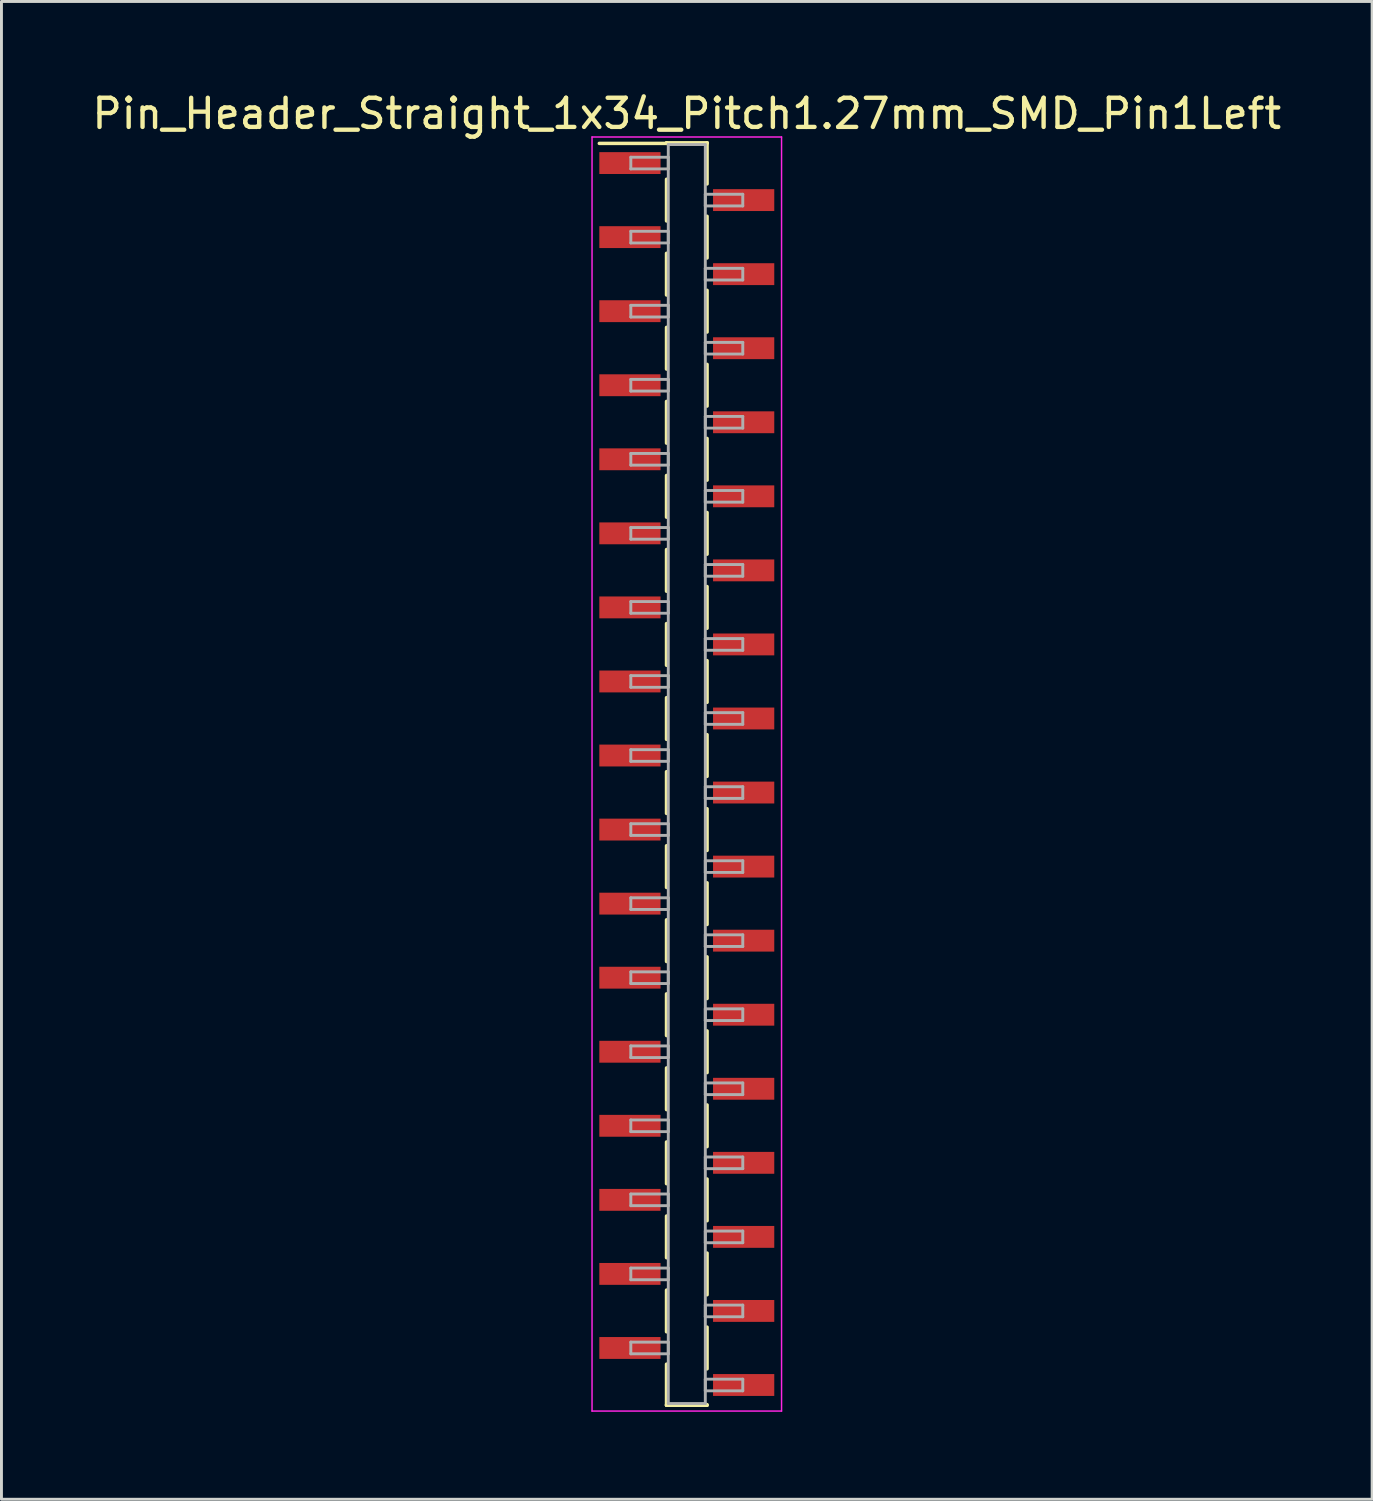
<source format=kicad_pcb>
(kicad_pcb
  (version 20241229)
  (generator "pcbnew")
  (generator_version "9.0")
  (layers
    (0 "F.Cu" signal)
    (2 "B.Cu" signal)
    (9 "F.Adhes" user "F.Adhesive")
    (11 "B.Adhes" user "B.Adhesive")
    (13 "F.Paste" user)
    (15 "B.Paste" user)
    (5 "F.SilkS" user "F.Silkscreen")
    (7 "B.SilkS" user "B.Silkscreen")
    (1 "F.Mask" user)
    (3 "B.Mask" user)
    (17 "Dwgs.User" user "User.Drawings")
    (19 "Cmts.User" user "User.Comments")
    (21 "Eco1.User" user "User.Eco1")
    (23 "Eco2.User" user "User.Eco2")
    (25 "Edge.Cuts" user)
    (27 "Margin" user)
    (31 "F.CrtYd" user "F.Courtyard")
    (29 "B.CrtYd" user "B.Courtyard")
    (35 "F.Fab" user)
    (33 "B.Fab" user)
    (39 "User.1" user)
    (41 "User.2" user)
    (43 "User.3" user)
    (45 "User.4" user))
  (footprint "Pin_Header_Straight_1x34_Pitch1.27mm_SMD_Pin1Left"
    (layer "F.Cu")
    (at 20.506 23.498)
    (property "Reference" "Pin_Header_Straight_1x34_Pitch1.27mm_SMD_Pin1Left" (at 0 -22.65 0) (layer "F.SilkS") (effects (font (size 1 1) (thickness 0.15))))
    (attr smd)
    (fp_line (start -0.695 -21.65) (end 0.695 -21.65) (stroke (width 0.12) (type solid)) (layer "F.SilkS"))
    (fp_line (start -0.695 -21.63) (end -3 -21.63) (stroke (width 0.12) (type solid)) (layer "F.SilkS"))
    (fp_line (start -0.695 -21.63) (end -0.695 -21.65) (stroke (width 0.12) (type solid)) (layer "F.SilkS"))
    (fp_line (start -0.695 -20.4) (end -0.695 -18.97) (stroke (width 0.12) (type solid)) (layer "F.SilkS"))
    (fp_line (start -0.695 -17.86) (end -0.695 -16.43) (stroke (width 0.12) (type solid)) (layer "F.SilkS"))
    (fp_line (start -0.695 -15.32) (end -0.695 -13.89) (stroke (width 0.12) (type solid)) (layer "F.SilkS"))
    (fp_line (start -0.695 -12.78) (end -0.695 -11.35) (stroke (width 0.12) (type solid)) (layer "F.SilkS"))
    (fp_line (start -0.695 -10.24) (end -0.695 -8.81) (stroke (width 0.12) (type solid)) (layer "F.SilkS"))
    (fp_line (start -0.695 -7.7) (end -0.695 -6.27) (stroke (width 0.12) (type solid)) (layer "F.SilkS"))
    (fp_line (start -0.695 -5.16) (end -0.695 -3.73) (stroke (width 0.12) (type solid)) (layer "F.SilkS"))
    (fp_line (start -0.695 -2.62) (end -0.695 -1.19) (stroke (width 0.12) (type solid)) (layer "F.SilkS"))
    (fp_line (start -0.695 -0.08) (end -0.695 1.35) (stroke (width 0.12) (type solid)) (layer "F.SilkS"))
    (fp_line (start -0.695 2.46) (end -0.695 3.89) (stroke (width 0.12) (type solid)) (layer "F.SilkS"))
    (fp_line (start -0.695 5) (end -0.695 6.43) (stroke (width 0.12) (type solid)) (layer "F.SilkS"))
    (fp_line (start -0.695 7.54) (end -0.695 8.97) (stroke (width 0.12) (type solid)) (layer "F.SilkS"))
    (fp_line (start -0.695 10.08) (end -0.695 11.51) (stroke (width 0.12) (type solid)) (layer "F.SilkS"))
    (fp_line (start -0.695 12.62) (end -0.695 14.05) (stroke (width 0.12) (type solid)) (layer "F.SilkS"))
    (fp_line (start -0.695 15.16) (end -0.695 16.59) (stroke (width 0.12) (type solid)) (layer "F.SilkS"))
    (fp_line (start -0.695 17.7) (end -0.695 19.13) (stroke (width 0.12) (type solid)) (layer "F.SilkS"))
    (fp_line (start -0.695 20.24) (end -0.695 21.65) (stroke (width 0.12) (type solid)) (layer "F.SilkS"))
    (fp_line (start -0.695 21.63) (end -0.695 21.65) (stroke (width 0.12) (type solid)) (layer "F.SilkS"))
    (fp_line (start -0.695 21.65) (end 0.695 21.65) (stroke (width 0.12) (type solid)) (layer "F.SilkS"))
    (fp_line (start 0.695 -21.65) (end 0.695 -21.63) (stroke (width 0.12) (type solid)) (layer "F.SilkS"))
    (fp_line (start 0.695 -21.65) (end 0.695 -20.24) (stroke (width 0.12) (type solid)) (layer "F.SilkS"))
    (fp_line (start 0.695 -19.13) (end 0.695 -17.7) (stroke (width 0.12) (type solid)) (layer "F.SilkS"))
    (fp_line (start 0.695 -16.59) (end 0.695 -15.16) (stroke (width 0.12) (type solid)) (layer "F.SilkS"))
    (fp_line (start 0.695 -14.05) (end 0.695 -12.62) (stroke (width 0.12) (type solid)) (layer "F.SilkS"))
    (fp_line (start 0.695 -11.51) (end 0.695 -10.08) (stroke (width 0.12) (type solid)) (layer "F.SilkS"))
    (fp_line (start 0.695 -8.97) (end 0.695 -7.54) (stroke (width 0.12) (type solid)) (layer "F.SilkS"))
    (fp_line (start 0.695 -6.43) (end 0.695 -5) (stroke (width 0.12) (type solid)) (layer "F.SilkS"))
    (fp_line (start 0.695 -3.89) (end 0.695 -2.46) (stroke (width 0.12) (type solid)) (layer "F.SilkS"))
    (fp_line (start 0.695 -1.35) (end 0.695 0.08) (stroke (width 0.12) (type solid)) (layer "F.SilkS"))
    (fp_line (start 0.695 1.19) (end 0.695 2.62) (stroke (width 0.12) (type solid)) (layer "F.SilkS"))
    (fp_line (start 0.695 3.73) (end 0.695 5.16) (stroke (width 0.12) (type solid)) (layer "F.SilkS"))
    (fp_line (start 0.695 6.27) (end 0.695 7.7) (stroke (width 0.12) (type solid)) (layer "F.SilkS"))
    (fp_line (start 0.695 8.81) (end 0.695 10.24) (stroke (width 0.12) (type solid)) (layer "F.SilkS"))
    (fp_line (start 0.695 11.35) (end 0.695 12.78) (stroke (width 0.12) (type solid)) (layer "F.SilkS"))
    (fp_line (start 0.695 13.89) (end 0.695 15.32) (stroke (width 0.12) (type solid)) (layer "F.SilkS"))
    (fp_line (start 0.695 16.43) (end 0.695 17.86) (stroke (width 0.12) (type solid)) (layer "F.SilkS"))
    (fp_line (start 0.695 18.97) (end 0.695 20.4) (stroke (width 0.12) (type solid)) (layer "F.SilkS"))
    (fp_line (start 0.695 21.65) (end 0.695 21.63) (stroke (width 0.12) (type solid)) (layer "F.SilkS"))
    (fp_line (start -3.25 -21.85) (end -3.25 21.85) (stroke (width 0.05) (type solid)) (layer "F.CrtYd"))
    (fp_line (start -3.25 21.85) (end 3.25 21.85) (stroke (width 0.05) (type solid)) (layer "F.CrtYd"))
    (fp_line (start 3.25 -21.85) (end -3.25 -21.85) (stroke (width 0.05) (type solid)) (layer "F.CrtYd"))
    (fp_line (start 3.25 21.85) (end 3.25 -21.85) (stroke (width 0.05) (type solid)) (layer "F.CrtYd"))
    (fp_line (start -1.92 -21.155) (end -0.635 -21.155) (stroke (width 0.1) (type solid)) (layer "F.Fab"))
    (fp_line (start -1.92 -20.755) (end -1.92 -21.155) (stroke (width 0.1) (type solid)) (layer "F.Fab"))
    (fp_line (start -1.92 -18.615) (end -0.635 -18.615) (stroke (width 0.1) (type solid)) (layer "F.Fab"))
    (fp_line (start -1.92 -18.215) (end -1.92 -18.615) (stroke (width 0.1) (type solid)) (layer "F.Fab"))
    (fp_line (start -1.92 -16.075) (end -0.635 -16.075) (stroke (width 0.1) (type solid)) (layer "F.Fab"))
    (fp_line (start -1.92 -15.675) (end -1.92 -16.075) (stroke (width 0.1) (type solid)) (layer "F.Fab"))
    (fp_line (start -1.92 -13.535) (end -0.635 -13.535) (stroke (width 0.1) (type solid)) (layer "F.Fab"))
    (fp_line (start -1.92 -13.135) (end -1.92 -13.535) (stroke (width 0.1) (type solid)) (layer "F.Fab"))
    (fp_line (start -1.92 -10.995) (end -0.635 -10.995) (stroke (width 0.1) (type solid)) (layer "F.Fab"))
    (fp_line (start -1.92 -10.595) (end -1.92 -10.995) (stroke (width 0.1) (type solid)) (layer "F.Fab"))
    (fp_line (start -1.92 -8.455) (end -0.635 -8.455) (stroke (width 0.1) (type solid)) (layer "F.Fab"))
    (fp_line (start -1.92 -8.055) (end -1.92 -8.455) (stroke (width 0.1) (type solid)) (layer "F.Fab"))
    (fp_line (start -1.92 -5.915) (end -0.635 -5.915) (stroke (width 0.1) (type solid)) (layer "F.Fab"))
    (fp_line (start -1.92 -5.515) (end -1.92 -5.915) (stroke (width 0.1) (type solid)) (layer "F.Fab"))
    (fp_line (start -1.92 -3.375) (end -0.635 -3.375) (stroke (width 0.1) (type solid)) (layer "F.Fab"))
    (fp_line (start -1.92 -2.975) (end -1.92 -3.375) (stroke (width 0.1) (type solid)) (layer "F.Fab"))
    (fp_line (start -1.92 -0.835) (end -0.635 -0.835) (stroke (width 0.1) (type solid)) (layer "F.Fab"))
    (fp_line (start -1.92 -0.435) (end -1.92 -0.835) (stroke (width 0.1) (type solid)) (layer "F.Fab"))
    (fp_line (start -1.92 1.705) (end -0.635 1.705) (stroke (width 0.1) (type solid)) (layer "F.Fab"))
    (fp_line (start -1.92 2.105) (end -1.92 1.705) (stroke (width 0.1) (type solid)) (layer "F.Fab"))
    (fp_line (start -1.92 4.245) (end -0.635 4.245) (stroke (width 0.1) (type solid)) (layer "F.Fab"))
    (fp_line (start -1.92 4.645) (end -1.92 4.245) (stroke (width 0.1) (type solid)) (layer "F.Fab"))
    (fp_line (start -1.92 6.785) (end -0.635 6.785) (stroke (width 0.1) (type solid)) (layer "F.Fab"))
    (fp_line (start -1.92 7.185) (end -1.92 6.785) (stroke (width 0.1) (type solid)) (layer "F.Fab"))
    (fp_line (start -1.92 9.325) (end -0.635 9.325) (stroke (width 0.1) (type solid)) (layer "F.Fab"))
    (fp_line (start -1.92 9.725) (end -1.92 9.325) (stroke (width 0.1) (type solid)) (layer "F.Fab"))
    (fp_line (start -1.92 11.865) (end -0.635 11.865) (stroke (width 0.1) (type solid)) (layer "F.Fab"))
    (fp_line (start -1.92 12.265) (end -1.92 11.865) (stroke (width 0.1) (type solid)) (layer "F.Fab"))
    (fp_line (start -1.92 14.405) (end -0.635 14.405) (stroke (width 0.1) (type solid)) (layer "F.Fab"))
    (fp_line (start -1.92 14.805) (end -1.92 14.405) (stroke (width 0.1) (type solid)) (layer "F.Fab"))
    (fp_line (start -1.92 16.945) (end -0.635 16.945) (stroke (width 0.1) (type solid)) (layer "F.Fab"))
    (fp_line (start -1.92 17.345) (end -1.92 16.945) (stroke (width 0.1) (type solid)) (layer "F.Fab"))
    (fp_line (start -1.92 19.485) (end -0.635 19.485) (stroke (width 0.1) (type solid)) (layer "F.Fab"))
    (fp_line (start -1.92 19.885) (end -1.92 19.485) (stroke (width 0.1) (type solid)) (layer "F.Fab"))
    (fp_line (start -0.635 -21.59) (end -0.635 21.59) (stroke (width 0.1) (type solid)) (layer "F.Fab"))
    (fp_line (start -0.635 -21.155) (end -0.635 -20.755) (stroke (width 0.1) (type solid)) (layer "F.Fab"))
    (fp_line (start -0.635 -20.755) (end -1.92 -20.755) (stroke (width 0.1) (type solid)) (layer "F.Fab"))
    (fp_line (start -0.635 -18.615) (end -0.635 -18.215) (stroke (width 0.1) (type solid)) (layer "F.Fab"))
    (fp_line (start -0.635 -18.215) (end -1.92 -18.215) (stroke (width 0.1) (type solid)) (layer "F.Fab"))
    (fp_line (start -0.635 -16.075) (end -0.635 -15.675) (stroke (width 0.1) (type solid)) (layer "F.Fab"))
    (fp_line (start -0.635 -15.675) (end -1.92 -15.675) (stroke (width 0.1) (type solid)) (layer "F.Fab"))
    (fp_line (start -0.635 -13.535) (end -0.635 -13.135) (stroke (width 0.1) (type solid)) (layer "F.Fab"))
    (fp_line (start -0.635 -13.135) (end -1.92 -13.135) (stroke (width 0.1) (type solid)) (layer "F.Fab"))
    (fp_line (start -0.635 -10.995) (end -0.635 -10.595) (stroke (width 0.1) (type solid)) (layer "F.Fab"))
    (fp_line (start -0.635 -10.595) (end -1.92 -10.595) (stroke (width 0.1) (type solid)) (layer "F.Fab"))
    (fp_line (start -0.635 -8.455) (end -0.635 -8.055) (stroke (width 0.1) (type solid)) (layer "F.Fab"))
    (fp_line (start -0.635 -8.055) (end -1.92 -8.055) (stroke (width 0.1) (type solid)) (layer "F.Fab"))
    (fp_line (start -0.635 -5.915) (end -0.635 -5.515) (stroke (width 0.1) (type solid)) (layer "F.Fab"))
    (fp_line (start -0.635 -5.515) (end -1.92 -5.515) (stroke (width 0.1) (type solid)) (layer "F.Fab"))
    (fp_line (start -0.635 -3.375) (end -0.635 -2.975) (stroke (width 0.1) (type solid)) (layer "F.Fab"))
    (fp_line (start -0.635 -2.975) (end -1.92 -2.975) (stroke (width 0.1) (type solid)) (layer "F.Fab"))
    (fp_line (start -0.635 -0.835) (end -0.635 -0.435) (stroke (width 0.1) (type solid)) (layer "F.Fab"))
    (fp_line (start -0.635 -0.435) (end -1.92 -0.435) (stroke (width 0.1) (type solid)) (layer "F.Fab"))
    (fp_line (start -0.635 1.705) (end -0.635 2.105) (stroke (width 0.1) (type solid)) (layer "F.Fab"))
    (fp_line (start -0.635 2.105) (end -1.92 2.105) (stroke (width 0.1) (type solid)) (layer "F.Fab"))
    (fp_line (start -0.635 4.245) (end -0.635 4.645) (stroke (width 0.1) (type solid)) (layer "F.Fab"))
    (fp_line (start -0.635 4.645) (end -1.92 4.645) (stroke (width 0.1) (type solid)) (layer "F.Fab"))
    (fp_line (start -0.635 6.785) (end -0.635 7.185) (stroke (width 0.1) (type solid)) (layer "F.Fab"))
    (fp_line (start -0.635 7.185) (end -1.92 7.185) (stroke (width 0.1) (type solid)) (layer "F.Fab"))
    (fp_line (start -0.635 9.325) (end -0.635 9.725) (stroke (width 0.1) (type solid)) (layer "F.Fab"))
    (fp_line (start -0.635 9.725) (end -1.92 9.725) (stroke (width 0.1) (type solid)) (layer "F.Fab"))
    (fp_line (start -0.635 11.865) (end -0.635 12.265) (stroke (width 0.1) (type solid)) (layer "F.Fab"))
    (fp_line (start -0.635 12.265) (end -1.92 12.265) (stroke (width 0.1) (type solid)) (layer "F.Fab"))
    (fp_line (start -0.635 14.405) (end -0.635 14.805) (stroke (width 0.1) (type solid)) (layer "F.Fab"))
    (fp_line (start -0.635 14.805) (end -1.92 14.805) (stroke (width 0.1) (type solid)) (layer "F.Fab"))
    (fp_line (start -0.635 16.945) (end -0.635 17.345) (stroke (width 0.1) (type solid)) (layer "F.Fab"))
    (fp_line (start -0.635 17.345) (end -1.92 17.345) (stroke (width 0.1) (type solid)) (layer "F.Fab"))
    (fp_line (start -0.635 19.485) (end -0.635 19.885) (stroke (width 0.1) (type solid)) (layer "F.Fab"))
    (fp_line (start -0.635 19.885) (end -1.92 19.885) (stroke (width 0.1) (type solid)) (layer "F.Fab"))
    (fp_line (start -0.635 21.59) (end 0.635 21.59) (stroke (width 0.1) (type solid)) (layer "F.Fab"))
    (fp_line (start 0.635 -21.59) (end -0.635 -21.59) (stroke (width 0.1) (type solid)) (layer "F.Fab"))
    (fp_line (start 0.635 -19.885) (end 0.635 -19.485) (stroke (width 0.1) (type solid)) (layer "F.Fab"))
    (fp_line (start 0.635 -19.485) (end 1.92 -19.485) (stroke (width 0.1) (type solid)) (layer "F.Fab"))
    (fp_line (start 0.635 -17.345) (end 0.635 -16.945) (stroke (width 0.1) (type solid)) (layer "F.Fab"))
    (fp_line (start 0.635 -16.945) (end 1.92 -16.945) (stroke (width 0.1) (type solid)) (layer "F.Fab"))
    (fp_line (start 0.635 -14.805) (end 0.635 -14.405) (stroke (width 0.1) (type solid)) (layer "F.Fab"))
    (fp_line (start 0.635 -14.405) (end 1.92 -14.405) (stroke (width 0.1) (type solid)) (layer "F.Fab"))
    (fp_line (start 0.635 -12.265) (end 0.635 -11.865) (stroke (width 0.1) (type solid)) (layer "F.Fab"))
    (fp_line (start 0.635 -11.865) (end 1.92 -11.865) (stroke (width 0.1) (type solid)) (layer "F.Fab"))
    (fp_line (start 0.635 -9.725) (end 0.635 -9.325) (stroke (width 0.1) (type solid)) (layer "F.Fab"))
    (fp_line (start 0.635 -9.325) (end 1.92 -9.325) (stroke (width 0.1) (type solid)) (layer "F.Fab"))
    (fp_line (start 0.635 -7.185) (end 0.635 -6.785) (stroke (width 0.1) (type solid)) (layer "F.Fab"))
    (fp_line (start 0.635 -6.785) (end 1.92 -6.785) (stroke (width 0.1) (type solid)) (layer "F.Fab"))
    (fp_line (start 0.635 -4.645) (end 0.635 -4.245) (stroke (width 0.1) (type solid)) (layer "F.Fab"))
    (fp_line (start 0.635 -4.245) (end 1.92 -4.245) (stroke (width 0.1) (type solid)) (layer "F.Fab"))
    (fp_line (start 0.635 -2.105) (end 0.635 -1.705) (stroke (width 0.1) (type solid)) (layer "F.Fab"))
    (fp_line (start 0.635 -1.705) (end 1.92 -1.705) (stroke (width 0.1) (type solid)) (layer "F.Fab"))
    (fp_line (start 0.635 0.435) (end 0.635 0.835) (stroke (width 0.1) (type solid)) (layer "F.Fab"))
    (fp_line (start 0.635 0.835) (end 1.92 0.835) (stroke (width 0.1) (type solid)) (layer "F.Fab"))
    (fp_line (start 0.635 2.975) (end 0.635 3.375) (stroke (width 0.1) (type solid)) (layer "F.Fab"))
    (fp_line (start 0.635 3.375) (end 1.92 3.375) (stroke (width 0.1) (type solid)) (layer "F.Fab"))
    (fp_line (start 0.635 5.515) (end 0.635 5.915) (stroke (width 0.1) (type solid)) (layer "F.Fab"))
    (fp_line (start 0.635 5.915) (end 1.92 5.915) (stroke (width 0.1) (type solid)) (layer "F.Fab"))
    (fp_line (start 0.635 8.055) (end 0.635 8.455) (stroke (width 0.1) (type solid)) (layer "F.Fab"))
    (fp_line (start 0.635 8.455) (end 1.92 8.455) (stroke (width 0.1) (type solid)) (layer "F.Fab"))
    (fp_line (start 0.635 10.595) (end 0.635 10.995) (stroke (width 0.1) (type solid)) (layer "F.Fab"))
    (fp_line (start 0.635 10.995) (end 1.92 10.995) (stroke (width 0.1) (type solid)) (layer "F.Fab"))
    (fp_line (start 0.635 13.135) (end 0.635 13.535) (stroke (width 0.1) (type solid)) (layer "F.Fab"))
    (fp_line (start 0.635 13.535) (end 1.92 13.535) (stroke (width 0.1) (type solid)) (layer "F.Fab"))
    (fp_line (start 0.635 15.675) (end 0.635 16.075) (stroke (width 0.1) (type solid)) (layer "F.Fab"))
    (fp_line (start 0.635 16.075) (end 1.92 16.075) (stroke (width 0.1) (type solid)) (layer "F.Fab"))
    (fp_line (start 0.635 18.215) (end 0.635 18.615) (stroke (width 0.1) (type solid)) (layer "F.Fab"))
    (fp_line (start 0.635 18.615) (end 1.92 18.615) (stroke (width 0.1) (type solid)) (layer "F.Fab"))
    (fp_line (start 0.635 20.755) (end 0.635 21.155) (stroke (width 0.1) (type solid)) (layer "F.Fab"))
    (fp_line (start 0.635 21.155) (end 1.92 21.155) (stroke (width 0.1) (type solid)) (layer "F.Fab"))
    (fp_line (start 0.635 21.59) (end 0.635 -21.59) (stroke (width 0.1) (type solid)) (layer "F.Fab"))
    (fp_line (start 1.92 -19.885) (end 0.635 -19.885) (stroke (width 0.1) (type solid)) (layer "F.Fab"))
    (fp_line (start 1.92 -19.485) (end 1.92 -19.885) (stroke (width 0.1) (type solid)) (layer "F.Fab"))
    (fp_line (start 1.92 -17.345) (end 0.635 -17.345) (stroke (width 0.1) (type solid)) (layer "F.Fab"))
    (fp_line (start 1.92 -16.945) (end 1.92 -17.345) (stroke (width 0.1) (type solid)) (layer "F.Fab"))
    (fp_line (start 1.92 -14.805) (end 0.635 -14.805) (stroke (width 0.1) (type solid)) (layer "F.Fab"))
    (fp_line (start 1.92 -14.405) (end 1.92 -14.805) (stroke (width 0.1) (type solid)) (layer "F.Fab"))
    (fp_line (start 1.92 -12.265) (end 0.635 -12.265) (stroke (width 0.1) (type solid)) (layer "F.Fab"))
    (fp_line (start 1.92 -11.865) (end 1.92 -12.265) (stroke (width 0.1) (type solid)) (layer "F.Fab"))
    (fp_line (start 1.92 -9.725) (end 0.635 -9.725) (stroke (width 0.1) (type solid)) (layer "F.Fab"))
    (fp_line (start 1.92 -9.325) (end 1.92 -9.725) (stroke (width 0.1) (type solid)) (layer "F.Fab"))
    (fp_line (start 1.92 -7.185) (end 0.635 -7.185) (stroke (width 0.1) (type solid)) (layer "F.Fab"))
    (fp_line (start 1.92 -6.785) (end 1.92 -7.185) (stroke (width 0.1) (type solid)) (layer "F.Fab"))
    (fp_line (start 1.92 -4.645) (end 0.635 -4.645) (stroke (width 0.1) (type solid)) (layer "F.Fab"))
    (fp_line (start 1.92 -4.245) (end 1.92 -4.645) (stroke (width 0.1) (type solid)) (layer "F.Fab"))
    (fp_line (start 1.92 -2.105) (end 0.635 -2.105) (stroke (width 0.1) (type solid)) (layer "F.Fab"))
    (fp_line (start 1.92 -1.705) (end 1.92 -2.105) (stroke (width 0.1) (type solid)) (layer "F.Fab"))
    (fp_line (start 1.92 0.435) (end 0.635 0.435) (stroke (width 0.1) (type solid)) (layer "F.Fab"))
    (fp_line (start 1.92 0.835) (end 1.92 0.435) (stroke (width 0.1) (type solid)) (layer "F.Fab"))
    (fp_line (start 1.92 2.975) (end 0.635 2.975) (stroke (width 0.1) (type solid)) (layer "F.Fab"))
    (fp_line (start 1.92 3.375) (end 1.92 2.975) (stroke (width 0.1) (type solid)) (layer "F.Fab"))
    (fp_line (start 1.92 5.515) (end 0.635 5.515) (stroke (width 0.1) (type solid)) (layer "F.Fab"))
    (fp_line (start 1.92 5.915) (end 1.92 5.515) (stroke (width 0.1) (type solid)) (layer "F.Fab"))
    (fp_line (start 1.92 8.055) (end 0.635 8.055) (stroke (width 0.1) (type solid)) (layer "F.Fab"))
    (fp_line (start 1.92 8.455) (end 1.92 8.055) (stroke (width 0.1) (type solid)) (layer "F.Fab"))
    (fp_line (start 1.92 10.595) (end 0.635 10.595) (stroke (width 0.1) (type solid)) (layer "F.Fab"))
    (fp_line (start 1.92 10.995) (end 1.92 10.595) (stroke (width 0.1) (type solid)) (layer "F.Fab"))
    (fp_line (start 1.92 13.135) (end 0.635 13.135) (stroke (width 0.1) (type solid)) (layer "F.Fab"))
    (fp_line (start 1.92 13.535) (end 1.92 13.135) (stroke (width 0.1) (type solid)) (layer "F.Fab"))
    (fp_line (start 1.92 15.675) (end 0.635 15.675) (stroke (width 0.1) (type solid)) (layer "F.Fab"))
    (fp_line (start 1.92 16.075) (end 1.92 15.675) (stroke (width 0.1) (type solid)) (layer "F.Fab"))
    (fp_line (start 1.92 18.215) (end 0.635 18.215) (stroke (width 0.1) (type solid)) (layer "F.Fab"))
    (fp_line (start 1.92 18.615) (end 1.92 18.215) (stroke (width 0.1) (type solid)) (layer "F.Fab"))
    (fp_line (start 1.92 20.755) (end 0.635 20.755) (stroke (width 0.1) (type solid)) (layer "F.Fab"))
    (fp_line (start 1.92 21.155) (end 1.92 20.755) (stroke (width 0.1) (type solid)) (layer "F.Fab"))
    (pad "1" smd rect (at -1.95 -20.955) (size 2.1 0.75) (layers "F.Cu" "F.Mask"))
    (pad "2" smd rect (at 1.95 -19.685) (size 2.1 0.75) (layers "F.Cu" "F.Mask"))
    (pad "3" smd rect (at -1.95 -18.415) (size 2.1 0.75) (layers "F.Cu" "F.Mask"))
    (pad "4" smd rect (at 1.95 -17.145) (size 2.1 0.75) (layers "F.Cu" "F.Mask"))
    (pad "5" smd rect (at -1.95 -15.875) (size 2.1 0.75) (layers "F.Cu" "F.Mask"))
    (pad "6" smd rect (at 1.95 -14.605) (size 2.1 0.75) (layers "F.Cu" "F.Mask"))
    (pad "7" smd rect (at -1.95 -13.335) (size 2.1 0.75) (layers "F.Cu" "F.Mask"))
    (pad "8" smd rect (at 1.95 -12.065) (size 2.1 0.75) (layers "F.Cu" "F.Mask"))
    (pad "9" smd rect (at -1.95 -10.795) (size 2.1 0.75) (layers "F.Cu" "F.Mask"))
    (pad "10" smd rect (at 1.95 -9.525) (size 2.1 0.75) (layers "F.Cu" "F.Mask"))
    (pad "11" smd rect (at -1.95 -8.255) (size 2.1 0.75) (layers "F.Cu" "F.Mask"))
    (pad "12" smd rect (at 1.95 -6.985) (size 2.1 0.75) (layers "F.Cu" "F.Mask"))
    (pad "13" smd rect (at -1.95 -5.715) (size 2.1 0.75) (layers "F.Cu" "F.Mask"))
    (pad "14" smd rect (at 1.95 -4.445) (size 2.1 0.75) (layers "F.Cu" "F.Mask"))
    (pad "15" smd rect (at -1.95 -3.175) (size 2.1 0.75) (layers "F.Cu" "F.Mask"))
    (pad "16" smd rect (at 1.95 -1.905) (size 2.1 0.75) (layers "F.Cu" "F.Mask"))
    (pad "17" smd rect (at -1.95 -0.635) (size 2.1 0.75) (layers "F.Cu" "F.Mask"))
    (pad "18" smd rect (at 1.95 0.635) (size 2.1 0.75) (layers "F.Cu" "F.Mask"))
    (pad "19" smd rect (at -1.95 1.905) (size 2.1 0.75) (layers "F.Cu" "F.Mask"))
    (pad "20" smd rect (at 1.95 3.175) (size 2.1 0.75) (layers "F.Cu" "F.Mask"))
    (pad "21" smd rect (at -1.95 4.445) (size 2.1 0.75) (layers "F.Cu" "F.Mask"))
    (pad "22" smd rect (at 1.95 5.715) (size 2.1 0.75) (layers "F.Cu" "F.Mask"))
    (pad "23" smd rect (at -1.95 6.985) (size 2.1 0.75) (layers "F.Cu" "F.Mask"))
    (pad "24" smd rect (at 1.95 8.255) (size 2.1 0.75) (layers "F.Cu" "F.Mask"))
    (pad "25" smd rect (at -1.95 9.525) (size 2.1 0.75) (layers "F.Cu" "F.Mask"))
    (pad "26" smd rect (at 1.95 10.795) (size 2.1 0.75) (layers "F.Cu" "F.Mask"))
    (pad "27" smd rect (at -1.95 12.065) (size 2.1 0.75) (layers "F.Cu" "F.Mask"))
    (pad "28" smd rect (at 1.95 13.335) (size 2.1 0.75) (layers "F.Cu" "F.Mask"))
    (pad "29" smd rect (at -1.95 14.605) (size 2.1 0.75) (layers "F.Cu" "F.Mask"))
    (pad "30" smd rect (at 1.95 15.875) (size 2.1 0.75) (layers "F.Cu" "F.Mask"))
    (pad "31" smd rect (at -1.95 17.145) (size 2.1 0.75) (layers "F.Cu" "F.Mask"))
    (pad "32" smd rect (at 1.95 18.415) (size 2.1 0.75) (layers "F.Cu" "F.Mask"))
    (pad "33" smd rect (at -1.95 19.685) (size 2.1 0.75) (layers "F.Cu" "F.Mask"))
    (pad "34" smd rect (at 1.95 20.955) (size 2.1 0.75) (layers "F.Cu" "F.Mask")))
  (gr_rect
    (start -3 -3)
    (end 44.012 48.373)
    (stroke (width 0.1) (type default))
    (fill no)
    (layer "Edge.Cuts")))
</source>
